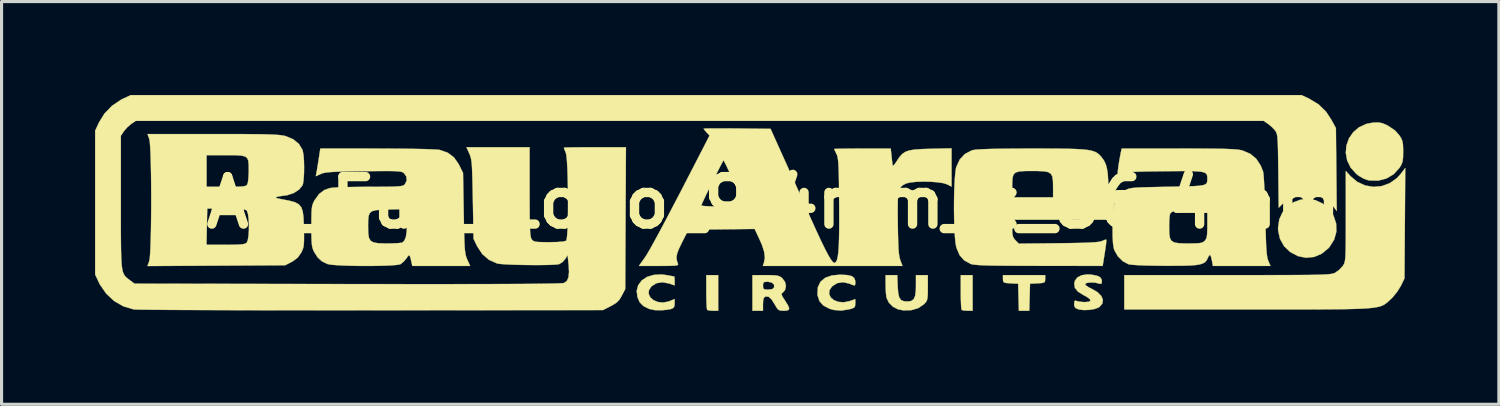
<source format=kicad_pcb>
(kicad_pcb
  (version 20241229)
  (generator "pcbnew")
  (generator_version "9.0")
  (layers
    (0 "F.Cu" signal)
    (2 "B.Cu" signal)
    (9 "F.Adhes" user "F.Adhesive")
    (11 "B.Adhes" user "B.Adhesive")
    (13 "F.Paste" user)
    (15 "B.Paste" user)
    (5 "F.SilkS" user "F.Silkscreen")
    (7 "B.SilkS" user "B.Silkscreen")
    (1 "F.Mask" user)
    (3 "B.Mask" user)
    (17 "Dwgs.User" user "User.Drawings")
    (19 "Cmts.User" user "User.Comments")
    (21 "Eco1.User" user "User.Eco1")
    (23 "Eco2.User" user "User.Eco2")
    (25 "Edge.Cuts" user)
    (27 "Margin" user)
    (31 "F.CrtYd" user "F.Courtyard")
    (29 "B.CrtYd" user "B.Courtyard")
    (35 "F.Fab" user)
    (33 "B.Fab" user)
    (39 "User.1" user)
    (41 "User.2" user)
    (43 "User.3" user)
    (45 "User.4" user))
  (footprint "BAC_Full_Logo_9.4mm_x_56.4mm"
    (layer "F.Cu")
    (at 21.023 3.455)
    (property "Reference" "BAC_Full_Logo_9.4mm_x_56.4mm" (at 0 0 0) (layer "F.SilkS") (effects (font (size 1.524 1.524) (thickness 0.3))))
    (attr through_hole)
    (fp_poly (pts (xy -1.016 3.471) (xy -1.178 3.471) (xy -1.29 3.465) (xy -1.362 3.448) (xy -1.369 3.443) (xy -1.379 3.392) (xy -1.388 3.274) (xy -1.394 3.105) (xy -1.397 2.901) (xy -1.397 2.872) (xy -1.397 2.328) (xy -1.016 2.328) (xy -1.016 3.471)) (stroke (width 0.01) (type solid)) (fill yes) (layer "F.SilkS"))
    (fp_poly (pts (xy 7.154 3.471) (xy 6.992 3.471) (xy 6.88 3.465) (xy 6.809 3.448) (xy 6.802 3.443) (xy 6.791 3.392) (xy 6.782 3.274) (xy 6.776 3.105) (xy 6.773 2.901) (xy 6.773 2.872) (xy 6.773 2.328) (xy 7.154 2.328) (xy 7.154 3.471)) (stroke (width 0.01) (type solid)) (fill yes) (layer "F.SilkS"))
    (fp_poly (pts (xy 9.483 2.453) (xy 9.478 2.524) (xy 9.452 2.562) (xy 9.383 2.581) (xy 9.251 2.59) (xy 9.239 2.591) (xy 8.996 2.603) (xy 8.984 3.037) (xy 8.972 3.471) (xy 8.639 3.471) (xy 8.627 3.037) (xy 8.615 2.603) (xy 8.371 2.591) (xy 8.235 2.581) (xy 8.162 2.564) (xy 8.133 2.527) (xy 8.128 2.459) (xy 8.128 2.453) (xy 8.128 2.328) (xy 9.483 2.328) (xy 9.483 2.453)) (stroke (width 0.01) (type solid)) (fill yes) (layer "F.SilkS"))
    (fp_poly (pts (xy 18.161 -0.078) (xy 18.391 0.029) (xy 18.578 0.188) (xy 18.741 0.422) (xy 18.825 0.674) (xy 18.832 0.934) (xy 18.76 1.189) (xy 18.61 1.426) (xy 18.579 1.462) (xy 18.362 1.64) (xy 18.117 1.744) (xy 17.856 1.77) (xy 17.6 1.718) (xy 17.348 1.586) (xy 17.152 1.397) (xy 17.021 1.162) (xy 16.962 0.891) (xy 16.96 0.804) (xy 17 0.537) (xy 17.105 0.308) (xy 17.262 0.124) (xy 17.459 -0.012) (xy 17.682 -0.094) (xy 17.921 -0.117) (xy 18.161 -0.078)) (stroke (width 0.01) (type solid)) (fill yes) (layer "F.SilkS"))
    (fp_poly (pts (xy 4.748 2.692) (xy 4.764 2.903) (xy 4.797 3.044) (xy 4.856 3.128) (xy 4.949 3.167) (xy 5.06 3.175) (xy 5.18 3.159) (xy 5.261 3.101) (xy 5.309 2.991) (xy 5.331 2.817) (xy 5.334 2.674) (xy 5.334 2.328) (xy 5.715 2.328) (xy 5.715 2.734) (xy 5.714 2.924) (xy 5.706 3.049) (xy 5.688 3.132) (xy 5.655 3.193) (xy 5.602 3.252) (xy 5.595 3.259) (xy 5.414 3.384) (xy 5.188 3.452) (xy 4.939 3.46) (xy 4.758 3.426) (xy 4.595 3.342) (xy 4.463 3.209) (xy 4.389 3.052) (xy 4.387 3.042) (xy 4.373 2.931) (xy 4.363 2.771) (xy 4.36 2.619) (xy 4.36 2.328) (xy 4.733 2.328) (xy 4.748 2.692)) (stroke (width 0.01) (type solid)) (fill yes) (layer "F.SilkS"))
    (fp_poly (pts (xy 20.293 -2.554) (xy 20.428 -2.5) (xy 20.489 -2.469) (xy 20.717 -2.314) (xy 20.849 -2.166) (xy 20.913 -2.065) (xy 20.951 -1.975) (xy 20.97 -1.866) (xy 20.976 -1.711) (xy 20.976 -1.637) (xy 20.973 -1.457) (xy 20.96 -1.333) (xy 20.929 -1.238) (xy 20.875 -1.142) (xy 20.852 -1.109) (xy 20.669 -0.91) (xy 20.438 -0.774) (xy 20.175 -0.706) (xy 19.896 -0.712) (xy 19.829 -0.725) (xy 19.694 -0.777) (xy 19.546 -0.865) (xy 19.474 -0.92) (xy 19.29 -1.125) (xy 19.178 -1.355) (xy 19.135 -1.596) (xy 19.156 -1.835) (xy 19.236 -2.061) (xy 19.373 -2.26) (xy 19.561 -2.42) (xy 19.797 -2.528) (xy 20.009 -2.568) (xy 20.168 -2.574) (xy 20.293 -2.554)) (stroke (width 0.01) (type solid)) (fill yes) (layer "F.SilkS"))
    (fp_poly (pts (xy -2.676 2.327) (xy -2.545 2.351) (xy -2.454 2.367) (xy -2.426 2.371) (xy -2.417 2.408) (xy -2.413 2.499) (xy -2.413 2.514) (xy -2.413 2.657) (xy -2.592 2.596) (xy -2.808 2.556) (xy -3.003 2.589) (xy -3.159 2.689) (xy -3.239 2.812) (xy -3.247 2.933) (xy -3.194 3.043) (xy -3.093 3.131) (xy -2.955 3.19) (xy -2.792 3.209) (xy -2.617 3.178) (xy -2.57 3.16) (xy -2.413 3.095) (xy -2.413 3.236) (xy -2.421 3.324) (xy -2.457 3.382) (xy -2.534 3.418) (xy -2.67 3.441) (xy -2.815 3.454) (xy -3.05 3.452) (xy -3.231 3.413) (xy -3.415 3.321) (xy -3.535 3.2) (xy -3.605 3.041) (xy -3.631 2.833) (xy -3.582 2.651) (xy -3.47 2.499) (xy -3.302 2.387) (xy -3.088 2.321) (xy -2.837 2.307) (xy -2.676 2.327)) (stroke (width 0.01) (type solid)) (fill yes) (layer "F.SilkS"))
    (fp_poly (pts (xy 3.12 2.325) (xy 3.268 2.358) (xy 3.353 2.421) (xy 3.386 2.516) (xy 3.387 2.541) (xy 3.385 2.624) (xy 3.367 2.658) (xy 3.313 2.648) (xy 3.2 2.602) (xy 3.194 2.6) (xy 2.994 2.555) (xy 2.804 2.585) (xy 2.645 2.686) (xy 2.641 2.689) (xy 2.557 2.814) (xy 2.547 2.936) (xy 2.598 3.045) (xy 2.701 3.132) (xy 2.843 3.187) (xy 3.013 3.201) (xy 3.201 3.164) (xy 3.207 3.162) (xy 3.387 3.1) (xy 3.387 3.238) (xy 3.379 3.325) (xy 3.343 3.375) (xy 3.254 3.409) (xy 3.199 3.424) (xy 2.931 3.466) (xy 2.691 3.445) (xy 2.565 3.409) (xy 2.366 3.307) (xy 2.239 3.168) (xy 2.177 2.981) (xy 2.172 2.935) (xy 2.186 2.714) (xy 2.27 2.539) (xy 2.422 2.413) (xy 2.639 2.338) (xy 2.9 2.314) (xy 3.12 2.325)) (stroke (width 0.01) (type solid)) (fill yes) (layer "F.SilkS"))
    (fp_poly (pts (xy 10.964 2.312) (xy 11.142 2.346) (xy 11.249 2.396) (xy 11.297 2.47) (xy 11.303 2.523) (xy 11.293 2.599) (xy 11.246 2.609) (xy 11.208 2.597) (xy 11.088 2.57) (xy 10.956 2.563) (xy 10.841 2.574) (xy 10.772 2.602) (xy 10.764 2.613) (xy 10.79 2.658) (xy 10.881 2.72) (xy 10.979 2.768) (xy 11.163 2.875) (xy 11.284 2.997) (xy 11.336 3.124) (xy 11.317 3.246) (xy 11.221 3.353) (xy 11.207 3.362) (xy 11.08 3.413) (xy 10.907 3.443) (xy 10.723 3.45) (xy 10.565 3.43) (xy 10.552 3.426) (xy 10.455 3.384) (xy 10.418 3.318) (xy 10.414 3.254) (xy 10.422 3.166) (xy 10.454 3.146) (xy 10.488 3.158) (xy 10.575 3.179) (xy 10.704 3.192) (xy 10.753 3.194) (xy 10.886 3.183) (xy 10.939 3.149) (xy 10.912 3.093) (xy 10.805 3.018) (xy 10.71 2.967) (xy 10.534 2.857) (xy 10.437 2.738) (xy 10.417 2.601) (xy 10.438 2.508) (xy 10.519 2.399) (xy 10.661 2.33) (xy 10.849 2.305) (xy 10.964 2.312)) (stroke (width 0.01) (type solid)) (fill yes) (layer "F.SilkS"))
    (fp_poly (pts (xy 0.703 2.33) (xy 0.836 2.338) (xy 0.925 2.356) (xy 0.991 2.388) (xy 1.042 2.427) (xy 1.13 2.546) (xy 1.16 2.681) (xy 1.13 2.807) (xy 1.074 2.874) (xy 1.03 2.913) (xy 1.02 2.954) (xy 1.048 3.018) (xy 1.118 3.127) (xy 1.13 3.145) (xy 1.225 3.296) (xy 1.264 3.392) (xy 1.245 3.446) (xy 1.169 3.468) (xy 1.09 3.471) (xy 0.982 3.466) (xy 0.913 3.437) (xy 0.856 3.365) (xy 0.804 3.273) (xy 0.702 3.111) (xy 0.608 3.025) (xy 0.516 3.012) (xy 0.493 3.019) (xy 0.448 3.062) (xy 0.427 3.16) (xy 0.423 3.258) (xy 0.423 3.471) (xy 0.085 3.471) (xy 0.085 2.667) (xy 0.423 2.667) (xy 0.43 2.749) (xy 0.468 2.785) (xy 0.56 2.794) (xy 0.588 2.794) (xy 0.719 2.778) (xy 0.779 2.726) (xy 0.779 2.725) (xy 0.779 2.633) (xy 0.708 2.568) (xy 0.581 2.54) (xy 0.566 2.54) (xy 0.469 2.548) (xy 0.43 2.586) (xy 0.423 2.667) (xy 0.085 2.667) (xy 0.085 2.328) (xy 0.506 2.328) (xy 0.703 2.33)) (stroke (width 0.01) (type solid)) (fill yes) (layer "F.SilkS"))
    (fp_poly (pts (xy 21.031 0.661) (xy 21.018 2.434) (xy 20.9 2.676) (xy 20.788 2.857) (xy 20.644 3.035) (xy 20.576 3.102) (xy 20.518 3.155) (xy 20.466 3.202) (xy 20.414 3.244) (xy 20.359 3.28) (xy 20.293 3.311) (xy 20.213 3.338) (xy 20.113 3.36) (xy 19.987 3.378) (xy 19.831 3.393) (xy 19.638 3.405) (xy 19.405 3.413) (xy 19.124 3.42) (xy 18.793 3.424) (xy 18.404 3.427) (xy 17.953 3.429) (xy 17.435 3.429) (xy 16.844 3.429) (xy 16.175 3.429) (xy 15.976 3.429) (xy 12.023 3.429) (xy 12.023 2.328) (xy 15.336 2.328) (xy 15.945 2.328) (xy 16.475 2.328) (xy 16.932 2.327) (xy 17.322 2.326) (xy 17.65 2.324) (xy 17.922 2.322) (xy 18.144 2.318) (xy 18.322 2.314) (xy 18.462 2.308) (xy 18.568 2.301) (xy 18.648 2.292) (xy 18.706 2.282) (xy 18.749 2.271) (xy 18.782 2.257) (xy 18.797 2.25) (xy 18.923 2.159) (xy 19.032 2.042) (xy 19.039 2.032) (xy 19.065 1.993) (xy 19.085 1.952) (xy 19.101 1.899) (xy 19.113 1.827) (xy 19.122 1.725) (xy 19.128 1.585) (xy 19.132 1.396) (xy 19.134 1.151) (xy 19.135 0.84) (xy 19.135 0.454) (xy 19.135 -1.016) (xy 19.284 -0.851) (xy 19.505 -0.665) (xy 19.756 -0.55) (xy 20.023 -0.505) (xy 20.292 -0.531) (xy 20.548 -0.625) (xy 20.777 -0.788) (xy 20.902 -0.926) (xy 21.043 -1.112) (xy 21.031 0.661)) (stroke (width 0.01) (type solid)) (fill yes) (layer "F.SilkS"))
    (fp_poly (pts (xy 9.516 -1.735) (xy 9.907 -1.733) (xy 10.228 -1.728) (xy 10.489 -1.72) (xy 10.697 -1.707) (xy 10.86 -1.689) (xy 10.986 -1.663) (xy 11.083 -1.631) (xy 11.158 -1.589) (xy 11.221 -1.539) (xy 11.278 -1.477) (xy 11.297 -1.454) (xy 11.369 -1.354) (xy 11.424 -1.242) (xy 11.464 -1.105) (xy 11.491 -0.932) (xy 11.506 -0.708) (xy 11.514 -0.421) (xy 11.515 -0.193) (xy 11.515 0.55) (xy 8.424 0.55) (xy 8.424 0.827) (xy 8.429 0.987) (xy 8.448 1.09) (xy 8.489 1.164) (xy 8.531 1.211) (xy 8.638 1.318) (xy 9.917 1.304) (xy 10.306 1.299) (xy 10.618 1.293) (xy 10.861 1.285) (xy 11.045 1.275) (xy 11.176 1.263) (xy 11.264 1.248) (xy 11.314 1.231) (xy 11.4 1.194) (xy 11.446 1.189) (xy 11.446 1.189) (xy 11.446 1.236) (xy 11.435 1.347) (xy 11.413 1.504) (xy 11.395 1.619) (xy 11.329 2.032) (xy 9.295 2.03) (xy 8.804 2.029) (xy 8.391 2.027) (xy 8.049 2.024) (xy 7.772 2.02) (xy 7.551 2.014) (xy 7.381 2.007) (xy 7.254 1.997) (xy 7.164 1.986) (xy 7.103 1.972) (xy 7.094 1.969) (xy 6.888 1.859) (xy 6.738 1.691) (xy 6.638 1.459) (xy 6.627 1.42) (xy 6.602 1.275) (xy 6.583 1.065) (xy 6.569 0.804) (xy 6.56 0.508) (xy 6.556 0.195) (xy 6.558 -0.121) (xy 6.565 -0.424) (xy 6.569 -0.523) (xy 8.424 -0.523) (xy 8.424 -0.169) (xy 9.737 -0.169) (xy 9.737 -0.508) (xy 9.733 -0.7) (xy 9.713 -0.836) (xy 9.665 -0.926) (xy 9.576 -0.98) (xy 9.435 -1.006) (xy 9.228 -1.015) (xy 9.073 -1.016) (xy 8.826 -1.014) (xy 8.652 -1.001) (xy 8.537 -0.968) (xy 8.469 -0.905) (xy 8.436 -0.803) (xy 8.425 -0.653) (xy 8.424 -0.523) (xy 6.569 -0.523) (xy 6.577 -0.697) (xy 6.595 -0.925) (xy 6.617 -1.092) (xy 6.63 -1.145) (xy 6.739 -1.382) (xy 6.904 -1.56) (xy 7.119 -1.673) (xy 7.17 -1.688) (xy 7.276 -1.702) (xy 7.466 -1.714) (xy 7.74 -1.724) (xy 8.098 -1.73) (xy 8.538 -1.734) (xy 9.049 -1.736) (xy 9.516 -1.735)) (stroke (width 0.01) (type solid)) (fill yes) (layer "F.SilkS"))
    (fp_poly (pts (xy -16.75 -2.201) (xy -16.338 -2.2) (xy -15.996 -2.198) (xy -15.716 -2.195) (xy -15.49 -2.19) (xy -15.311 -2.183) (xy -15.171 -2.175) (xy -15.062 -2.165) (xy -14.978 -2.152) (xy -14.909 -2.137) (xy -14.897 -2.133) (xy -14.657 -2.032) (xy -14.477 -1.885) (xy -14.365 -1.699) (xy -14.352 -1.657) (xy -14.329 -1.527) (xy -14.315 -1.348) (xy -14.31 -1.143) (xy -14.313 -0.937) (xy -14.325 -0.751) (xy -14.344 -0.611) (xy -14.363 -0.552) (xy -14.472 -0.418) (xy -14.639 -0.31) (xy -14.838 -0.242) (xy -14.894 -0.233) (xy -15.085 -0.206) (xy -15.193 -0.183) (xy -15.223 -0.163) (xy -15.176 -0.14) (xy -15.056 -0.114) (xy -15.007 -0.105) (xy -14.773 -0.059) (xy -14.6 -0.01) (xy -14.479 0.055) (xy -14.4 0.15) (xy -14.353 0.287) (xy -14.329 0.48) (xy -14.319 0.74) (xy -14.317 0.819) (xy -14.312 1.059) (xy -14.313 1.232) (xy -14.32 1.355) (xy -14.336 1.447) (xy -14.363 1.524) (xy -14.402 1.604) (xy -14.404 1.608) (xy -14.513 1.763) (xy -14.664 1.878) (xy -14.712 1.904) (xy -14.92 2.011) (xy -19.338 2.036) (xy -19.28 1.875) (xy -19.265 1.789) (xy -19.252 1.629) (xy -19.241 1.406) (xy -19.239 1.355) (xy -17.444 1.355) (xy -16.832 1.355) (xy -16.581 1.353) (xy -16.402 1.347) (xy -16.281 1.336) (xy -16.204 1.319) (xy -16.158 1.293) (xy -16.153 1.288) (xy -16.119 1.211) (xy -16.095 1.073) (xy -16.082 0.898) (xy -16.081 0.708) (xy -16.09 0.525) (xy -16.11 0.372) (xy -16.14 0.271) (xy -16.157 0.249) (xy -16.212 0.223) (xy -16.316 0.206) (xy -16.478 0.195) (xy -16.709 0.191) (xy -16.823 0.191) (xy -17.42 0.191) (xy -17.432 0.773) (xy -17.444 1.355) (xy -19.239 1.355) (xy -19.232 1.133) (xy -19.225 0.82) (xy -19.221 0.479) (xy -19.218 0.12) (xy -19.218 -0.246) (xy -19.22 -0.606) (xy -19.224 -0.95) (xy -19.231 -1.267) (xy -19.239 -1.524) (xy -17.441 -1.524) (xy -17.441 -0.508) (xy -16.808 -0.508) (xy -16.562 -0.509) (xy -16.388 -0.512) (xy -16.271 -0.52) (xy -16.199 -0.534) (xy -16.157 -0.555) (xy -16.133 -0.585) (xy -16.13 -0.59) (xy -16.11 -0.669) (xy -16.095 -0.807) (xy -16.087 -0.977) (xy -16.087 -1.031) (xy -16.088 -1.208) (xy -16.099 -1.337) (xy -16.133 -1.425) (xy -16.2 -1.479) (xy -16.313 -1.509) (xy -16.482 -1.521) (xy -16.72 -1.524) (xy -16.831 -1.524) (xy -17.441 -1.524) (xy -19.239 -1.524) (xy -19.239 -1.545) (xy -19.25 -1.774) (xy -19.263 -1.941) (xy -19.278 -2.037) (xy -19.28 -2.043) (xy -19.336 -2.201) (xy -17.238 -2.201) (xy -16.75 -2.201)) (stroke (width 0.01) (type solid)) (fill yes) (layer "F.SilkS"))
    (fp_poly (pts (xy -11.964 -1.735) (xy -11.517 -1.733) (xy -11.111 -1.73) (xy -10.754 -1.725) (xy -10.452 -1.719) (xy -10.212 -1.71) (xy -10.042 -1.701) (xy -9.95 -1.691) (xy -9.948 -1.69) (xy -9.695 -1.6) (xy -9.499 -1.452) (xy -9.347 -1.236) (xy -9.328 -1.198) (xy -9.207 -0.953) (xy -9.185 0.339) (xy -9.178 0.706) (xy -9.171 1) (xy -9.164 1.229) (xy -9.156 1.405) (xy -9.145 1.538) (xy -9.132 1.637) (xy -9.115 1.714) (xy -9.093 1.778) (xy -9.071 1.831) (xy -8.979 2.032) (xy -10.836 2.032) (xy -10.862 1.916) (xy -10.895 1.77) (xy -10.921 1.699) (xy -10.95 1.693) (xy -10.992 1.743) (xy -11.022 1.787) (xy -11.111 1.893) (xy -11.207 1.971) (xy -11.22 1.978) (xy -11.3 1.996) (xy -11.451 2.011) (xy -11.656 2.022) (xy -11.903 2.029) (xy -12.175 2.033) (xy -12.459 2.033) (xy -12.74 2.029) (xy -13.002 2.021) (xy -13.232 2.01) (xy -13.415 1.996) (xy -13.536 1.977) (xy -13.56 1.971) (xy -13.74 1.883) (xy -13.877 1.756) (xy -13.985 1.587) (xy -14.02 1.514) (xy -14.045 1.437) (xy -14.061 1.338) (xy -14.07 1.204) (xy -14.075 1.016) (xy -14.076 0.767) (xy -12.255 0.767) (xy -12.251 0.978) (xy -12.229 1.126) (xy -12.177 1.222) (xy -12.082 1.278) (xy -11.932 1.304) (xy -11.714 1.312) (xy -11.626 1.312) (xy -11.441 1.308) (xy -11.286 1.3) (xy -11.182 1.289) (xy -11.151 1.28) (xy -11.085 1.21) (xy -11.041 1.096) (xy -11.016 0.924) (xy -11.007 0.683) (xy -11.007 0.634) (xy -11.007 0.205) (xy -11.556 0.219) (xy -11.813 0.227) (xy -11.998 0.242) (xy -12.123 0.274) (xy -12.199 0.332) (xy -12.238 0.426) (xy -12.253 0.564) (xy -12.255 0.757) (xy -12.255 0.767) (xy -14.076 0.767) (xy -14.076 0.762) (xy -14.075 0.51) (xy -14.071 0.327) (xy -14.063 0.195) (xy -14.048 0.1) (xy -14.023 0.024) (xy -13.988 -0.049) (xy -13.97 -0.081) (xy -13.828 -0.277) (xy -13.659 -0.404) (xy -13.48 -0.467) (xy -13.392 -0.478) (xy -13.234 -0.488) (xy -13.018 -0.496) (xy -12.758 -0.502) (xy -12.468 -0.506) (xy -12.23 -0.507) (xy -11.897 -0.508) (xy -11.639 -0.51) (xy -11.444 -0.513) (xy -11.304 -0.52) (xy -11.207 -0.53) (xy -11.144 -0.543) (xy -11.104 -0.562) (xy -11.077 -0.585) (xy -11.013 -0.71) (xy -11.03 -0.841) (xy -11.094 -0.934) (xy -11.122 -0.96) (xy -11.157 -0.979) (xy -11.207 -0.994) (xy -11.283 -1.004) (xy -11.395 -1.011) (xy -11.552 -1.014) (xy -11.764 -1.014) (xy -12.042 -1.012) (xy -12.394 -1.008) (xy -12.396 -1.008) (xy -12.759 -1.003) (xy -13.048 -0.998) (xy -13.272 -0.991) (xy -13.443 -0.982) (xy -13.569 -0.971) (xy -13.662 -0.956) (xy -13.731 -0.938) (xy -13.772 -0.921) (xy -13.934 -0.848) (xy -13.912 -0.964) (xy -13.894 -1.062) (xy -13.87 -1.213) (xy -13.842 -1.386) (xy -13.839 -1.408) (xy -13.789 -1.736) (xy -11.964 -1.735)) (stroke (width 0.01) (type solid)) (fill yes) (layer "F.SilkS"))
    (fp_poly (pts (xy 14.233 -1.735) (xy 14.616 -1.734) (xy 14.93 -1.731) (xy 15.184 -1.727) (xy 15.384 -1.72) (xy 15.54 -1.712) (xy 15.659 -1.702) (xy 15.748 -1.689) (xy 15.817 -1.673) (xy 15.823 -1.671) (xy 16.067 -1.567) (xy 16.256 -1.411) (xy 16.4 -1.194) (xy 16.479 -0.997) (xy 16.491 -0.923) (xy 16.503 -0.776) (xy 16.515 -0.568) (xy 16.527 -0.31) (xy 16.538 -0.014) (xy 16.547 0.308) (xy 16.549 0.423) (xy 16.558 0.803) (xy 16.567 1.108) (xy 16.576 1.348) (xy 16.587 1.531) (xy 16.6 1.667) (xy 16.615 1.767) (xy 16.634 1.838) (xy 16.647 1.873) (xy 16.717 2.032) (xy 14.868 2.032) (xy 14.839 1.874) (xy 14.808 1.737) (xy 14.778 1.68) (xy 14.744 1.699) (xy 14.706 1.774) (xy 14.669 1.848) (xy 14.62 1.907) (xy 14.55 1.951) (xy 14.448 1.984) (xy 14.306 2.006) (xy 14.114 2.02) (xy 13.861 2.026) (xy 13.539 2.028) (xy 13.326 2.028) (xy 12.993 2.024) (xy 12.701 2.018) (xy 12.459 2.008) (xy 12.278 1.996) (xy 12.169 1.981) (xy 12.154 1.977) (xy 11.973 1.88) (xy 11.816 1.723) (xy 11.707 1.532) (xy 11.688 1.474) (xy 11.662 1.322) (xy 11.649 1.091) (xy 11.647 0.786) (xy 11.647 0.773) (xy 13.463 0.773) (xy 13.466 0.983) (xy 13.487 1.13) (xy 13.537 1.225) (xy 13.629 1.28) (xy 13.777 1.305) (xy 13.992 1.312) (xy 14.076 1.312) (xy 14.281 1.31) (xy 14.419 1.303) (xy 14.509 1.287) (xy 14.568 1.259) (xy 14.605 1.228) (xy 14.643 1.18) (xy 14.667 1.117) (xy 14.682 1.021) (xy 14.688 0.874) (xy 14.69 0.677) (xy 14.69 0.212) (xy 14.2 0.212) (xy 13.939 0.217) (xy 13.748 0.234) (xy 13.617 0.265) (xy 13.532 0.313) (xy 13.494 0.356) (xy 13.48 0.417) (xy 13.469 0.54) (xy 13.463 0.703) (xy 13.463 0.773) (xy 11.647 0.773) (xy 11.649 0.675) (xy 11.66 0.372) (xy 11.683 0.14) (xy 11.72 -0.034) (xy 11.779 -0.165) (xy 11.862 -0.266) (xy 11.976 -0.351) (xy 12.026 -0.381) (xy 12.083 -0.412) (xy 12.138 -0.436) (xy 12.203 -0.455) (xy 12.288 -0.47) (xy 12.403 -0.48) (xy 12.559 -0.489) (xy 12.768 -0.495) (xy 13.039 -0.501) (xy 13.383 -0.508) (xy 13.411 -0.508) (xy 13.773 -0.515) (xy 14.059 -0.521) (xy 14.278 -0.53) (xy 14.439 -0.542) (xy 14.552 -0.56) (xy 14.624 -0.585) (xy 14.665 -0.619) (xy 14.683 -0.664) (xy 14.689 -0.722) (xy 14.689 -0.77) (xy 14.687 -0.839) (xy 14.676 -0.895) (xy 14.646 -0.937) (xy 14.589 -0.969) (xy 14.497 -0.991) (xy 14.36 -1.004) (xy 14.171 -1.011) (xy 13.92 -1.013) (xy 13.6 -1.011) (xy 13.319 -1.008) (xy 12.956 -1.004) (xy 12.669 -0.999) (xy 12.446 -0.993) (xy 12.278 -0.985) (xy 12.154 -0.974) (xy 12.065 -0.961) (xy 12.001 -0.943) (xy 11.952 -0.921) (xy 11.949 -0.92) (xy 11.858 -0.873) (xy 11.82 -0.871) (xy 11.811 -0.917) (xy 11.811 -0.944) (xy 11.819 -1.04) (xy 11.839 -1.192) (xy 11.867 -1.371) (xy 11.9 -1.548) (xy 11.919 -1.64) (xy 11.94 -1.736) (xy 13.773 -1.736) (xy 14.233 -1.735)) (stroke (width 0.01) (type solid)) (fill yes) (layer "F.SilkS"))
    (fp_poly (pts (xy -0.658 -2.382) (xy -0.408 -2.38) (xy 0.667 -2.368) (xy 1.071 -1.47) (xy 1.209 -1.165) (xy 1.369 -0.807) (xy 1.542 -0.422) (xy 1.715 -0.035) (xy 1.878 0.329) (xy 1.948 0.487) (xy 2.133 0.895) (xy 2.288 1.229) (xy 2.417 1.493) (xy 2.522 1.692) (xy 2.605 1.829) (xy 2.669 1.909) (xy 2.715 1.936) (xy 2.725 1.935) (xy 2.765 1.906) (xy 2.797 1.844) (xy 2.823 1.741) (xy 2.843 1.591) (xy 2.857 1.388) (xy 2.866 1.124) (xy 2.871 0.794) (xy 2.871 0.391) (xy 2.869 0.042) (xy 2.865 -0.354) (xy 2.862 -0.675) (xy 2.857 -0.93) (xy 2.85 -1.127) (xy 2.842 -1.276) (xy 2.831 -1.385) (xy 2.818 -1.464) (xy 2.801 -1.522) (xy 2.783 -1.562) (xy 2.736 -1.658) (xy 2.711 -1.716) (xy 2.709 -1.721) (xy 2.75 -1.725) (xy 2.862 -1.729) (xy 3.035 -1.732) (xy 3.256 -1.734) (xy 3.513 -1.736) (xy 3.616 -1.736) (xy 4.524 -1.736) (xy 4.55 -1.492) (xy 4.566 -1.349) (xy 4.58 -1.235) (xy 4.585 -1.189) (xy 4.609 -1.189) (xy 4.663 -1.25) (xy 4.727 -1.345) (xy 4.811 -1.47) (xy 4.896 -1.564) (xy 4.994 -1.63) (xy 5.121 -1.675) (xy 5.291 -1.703) (xy 5.517 -1.719) (xy 5.81 -1.728) (xy 6.477 -1.743) (xy 6.477 -0.514) (xy 6.339 -0.585) (xy 6.214 -0.625) (xy 6.03 -0.653) (xy 5.809 -0.67) (xy 5.574 -0.675) (xy 5.349 -0.668) (xy 5.156 -0.648) (xy 5.018 -0.615) (xy 4.996 -0.605) (xy 4.919 -0.562) (xy 4.859 -0.515) (xy 4.815 -0.453) (xy 4.783 -0.366) (xy 4.763 -0.242) (xy 4.752 -0.073) (xy 4.748 0.153) (xy 4.749 0.447) (xy 4.752 0.677) (xy 4.757 1.017) (xy 4.765 1.284) (xy 4.774 1.488) (xy 4.787 1.64) (xy 4.805 1.753) (xy 4.827 1.836) (xy 4.833 1.852) (xy 4.901 2.032) (xy 0.418 2.032) (xy 0.452 1.937) (xy 0.483 1.774) (xy 0.463 1.585) (xy 0.39 1.357) (xy 0.319 1.195) (xy 0.155 0.845) (xy -0.907 0.857) (xy -1.968 0.868) (xy -2.173 1.27) (xy -2.273 1.476) (xy -2.332 1.629) (xy -2.354 1.749) (xy -2.344 1.855) (xy -2.309 1.958) (xy -2.302 1.986) (xy -2.319 2.006) (xy -2.37 2.02) (xy -2.468 2.027) (xy -2.624 2.031) (xy -2.851 2.032) (xy -2.919 2.032) (xy -3.56 2.032) (xy -3.37 1.765) (xy -3.302 1.66) (xy -3.202 1.489) (xy -3.07 1.251) (xy -2.904 0.946) (xy -2.704 0.571) (xy -2.47 0.125) (xy -2.452 0.09) (xy -1.559 0.09) (xy -1.524 0.102) (xy -1.418 0.113) (xy -1.254 0.121) (xy -1.046 0.126) (xy -0.871 0.127) (xy -0.638 0.126) (xy -0.438 0.122) (xy -0.284 0.116) (xy -0.191 0.109) (xy -0.169 0.104) (xy -0.186 0.054) (xy -0.232 -0.055) (xy -0.3 -0.21) (xy -0.384 -0.396) (xy -0.476 -0.599) (xy -0.571 -0.803) (xy -0.662 -0.994) (xy -0.74 -1.158) (xy -0.801 -1.281) (xy -0.838 -1.347) (xy -0.844 -1.355) (xy -0.867 -1.319) (xy -0.92 -1.221) (xy -0.995 -1.075) (xy -1.085 -0.896) (xy -1.184 -0.697) (xy -1.285 -0.493) (xy -1.38 -0.298) (xy -1.462 -0.126) (xy -1.524 0.008) (xy -1.559 0.09) (xy -2.452 0.09) (xy -2.2 -0.392) (xy -1.895 -0.983) (xy -1.552 -1.648) (xy -1.492 -1.765) (xy -1.293 -2.154) (xy -1.387 -2.254) (xy -1.452 -2.328) (xy -1.482 -2.372) (xy -1.482 -2.373) (xy -1.441 -2.378) (xy -1.327 -2.381) (xy -1.151 -2.383) (xy -0.924 -2.383) (xy -0.658 -2.382)) (stroke (width 0.01) (type solid)) (fill yes) (layer "F.SilkS"))
    (fp_poly (pts (xy 17.954 -3.339) (xy 18.257 -3.157) (xy 18.5 -2.92) (xy 18.673 -2.657) (xy 18.817 -2.392) (xy 18.83 -1.063) (xy 18.843 0.267) (xy 18.703 0.083) (xy 18.497 -0.121) (xy 18.248 -0.253) (xy 17.964 -0.31) (xy 17.892 -0.312) (xy 17.616 -0.281) (xy 17.377 -0.183) (xy 17.155 -0.01) (xy 17.138 0.007) (xy 16.981 0.164) (xy 16.968 -1.015) (xy 16.963 -1.364) (xy 16.959 -1.637) (xy 16.954 -1.847) (xy 16.946 -2.002) (xy 16.937 -2.114) (xy 16.923 -2.193) (xy 16.906 -2.248) (xy 16.883 -2.29) (xy 16.866 -2.315) (xy 16.768 -2.421) (xy 16.649 -2.522) (xy 16.637 -2.529) (xy 16.497 -2.625) (xy -19.715 -2.625) (xy -19.858 -2.528) (xy -19.981 -2.424) (xy -20.089 -2.3) (xy -20.097 -2.289) (xy -20.193 -2.146) (xy -20.193 -0.013) (xy -20.193 0.484) (xy -20.193 0.903) (xy -20.191 1.252) (xy -20.187 1.538) (xy -20.18 1.769) (xy -20.17 1.951) (xy -20.155 2.092) (xy -20.135 2.198) (xy -20.108 2.278) (xy -20.074 2.339) (xy -20.033 2.387) (xy -19.983 2.43) (xy -19.924 2.475) (xy -19.911 2.485) (xy -19.755 2.603) (xy -12.915 2.615) (xy -11.948 2.616) (xy -11.064 2.617) (xy -10.259 2.617) (xy -9.532 2.617) (xy -8.88 2.616) (xy -8.301 2.615) (xy -7.792 2.613) (xy -7.35 2.611) (xy -6.974 2.608) (xy -6.662 2.604) (xy -6.409 2.6) (xy -6.215 2.595) (xy -6.077 2.59) (xy -5.991 2.584) (xy -5.959 2.578) (xy -5.873 2.514) (xy -5.822 2.401) (xy -5.804 2.229) (xy -5.817 1.988) (xy -5.82 1.963) (xy -5.85 1.684) (xy -5.929 1.814) (xy -6.017 1.913) (xy -6.12 1.974) (xy -6.126 1.976) (xy -6.223 1.989) (xy -6.387 1.998) (xy -6.602 2.003) (xy -6.851 2.005) (xy -7.117 2.003) (xy -7.383 1.999) (xy -7.632 1.991) (xy -7.848 1.981) (xy -8.013 1.969) (xy -8.111 1.954) (xy -8.111 1.954) (xy -8.372 1.839) (xy -8.587 1.654) (xy -8.748 1.411) (xy -8.869 1.164) (xy -8.892 -0.106) (xy -8.899 -0.471) (xy -8.906 -0.761) (xy -8.913 -0.988) (xy -8.921 -1.161) (xy -8.932 -1.292) (xy -8.946 -1.39) (xy -8.964 -1.466) (xy -8.986 -1.53) (xy -9.006 -1.577) (xy -9.097 -1.778) (xy -7.07 -1.778) (xy -7.07 -0.348) (xy -7.069 0.046) (xy -7.068 0.364) (xy -7.064 0.615) (xy -7.059 0.807) (xy -7.052 0.949) (xy -7.042 1.05) (xy -7.029 1.118) (xy -7.012 1.162) (xy -7.004 1.176) (xy -6.97 1.216) (xy -6.925 1.243) (xy -6.853 1.259) (xy -6.737 1.267) (xy -6.562 1.27) (xy -6.441 1.27) (xy -6.179 1.265) (xy -6 1.251) (xy -5.904 1.227) (xy -5.893 1.219) (xy -5.876 1.16) (xy -5.862 1.029) (xy -5.851 0.839) (xy -5.843 0.601) (xy -5.838 0.329) (xy -5.837 0.035) (xy -5.838 -0.268) (xy -5.842 -0.569) (xy -5.848 -0.853) (xy -5.858 -1.11) (xy -5.87 -1.326) (xy -5.885 -1.488) (xy -5.902 -1.585) (xy -5.905 -1.594) (xy -5.946 -1.695) (xy -5.968 -1.756) (xy -5.969 -1.762) (xy -5.929 -1.767) (xy -5.815 -1.771) (xy -5.641 -1.774) (xy -5.416 -1.776) (xy -5.154 -1.778) (xy -4.973 -1.778) (xy -3.977 -1.778) (xy -3.989 0.499) (xy -4 2.775) (xy -4.109 2.986) (xy -4.188 3.118) (xy -4.282 3.213) (xy -4.42 3.299) (xy -4.466 3.323) (xy -4.714 3.45) (xy -12.147 3.456) (xy -12.937 3.457) (xy -13.706 3.457) (xy -14.449 3.456) (xy -15.163 3.456) (xy -15.842 3.455) (xy -16.483 3.453) (xy -17.08 3.451) (xy -17.63 3.449) (xy -18.128 3.447) (xy -18.569 3.445) (xy -18.949 3.442) (xy -19.264 3.439) (xy -19.509 3.436) (xy -19.68 3.432) (xy -19.772 3.429) (xy -19.784 3.427) (xy -20.111 3.33) (xy -20.408 3.159) (xy -20.662 2.923) (xy -20.864 2.631) (xy -20.906 2.547) (xy -21.018 2.307) (xy -21.018 -2.307) (xy -20.899 -2.566) (xy -20.721 -2.856) (xy -20.478 -3.107) (xy -20.19 -3.302) (xy -20.13 -3.332) (xy -19.875 -3.45) (xy 17.716 -3.45) (xy 17.954 -3.339)) (stroke (width 0.01) (type solid)) (fill yes) (layer "F.SilkS")))
  (gr_rect
    (start -3 -3)
    (end 45.072 9.931)
    (stroke (width 0.1) (type default))
    (fill no)
    (layer "Edge.Cuts")))
</source>
